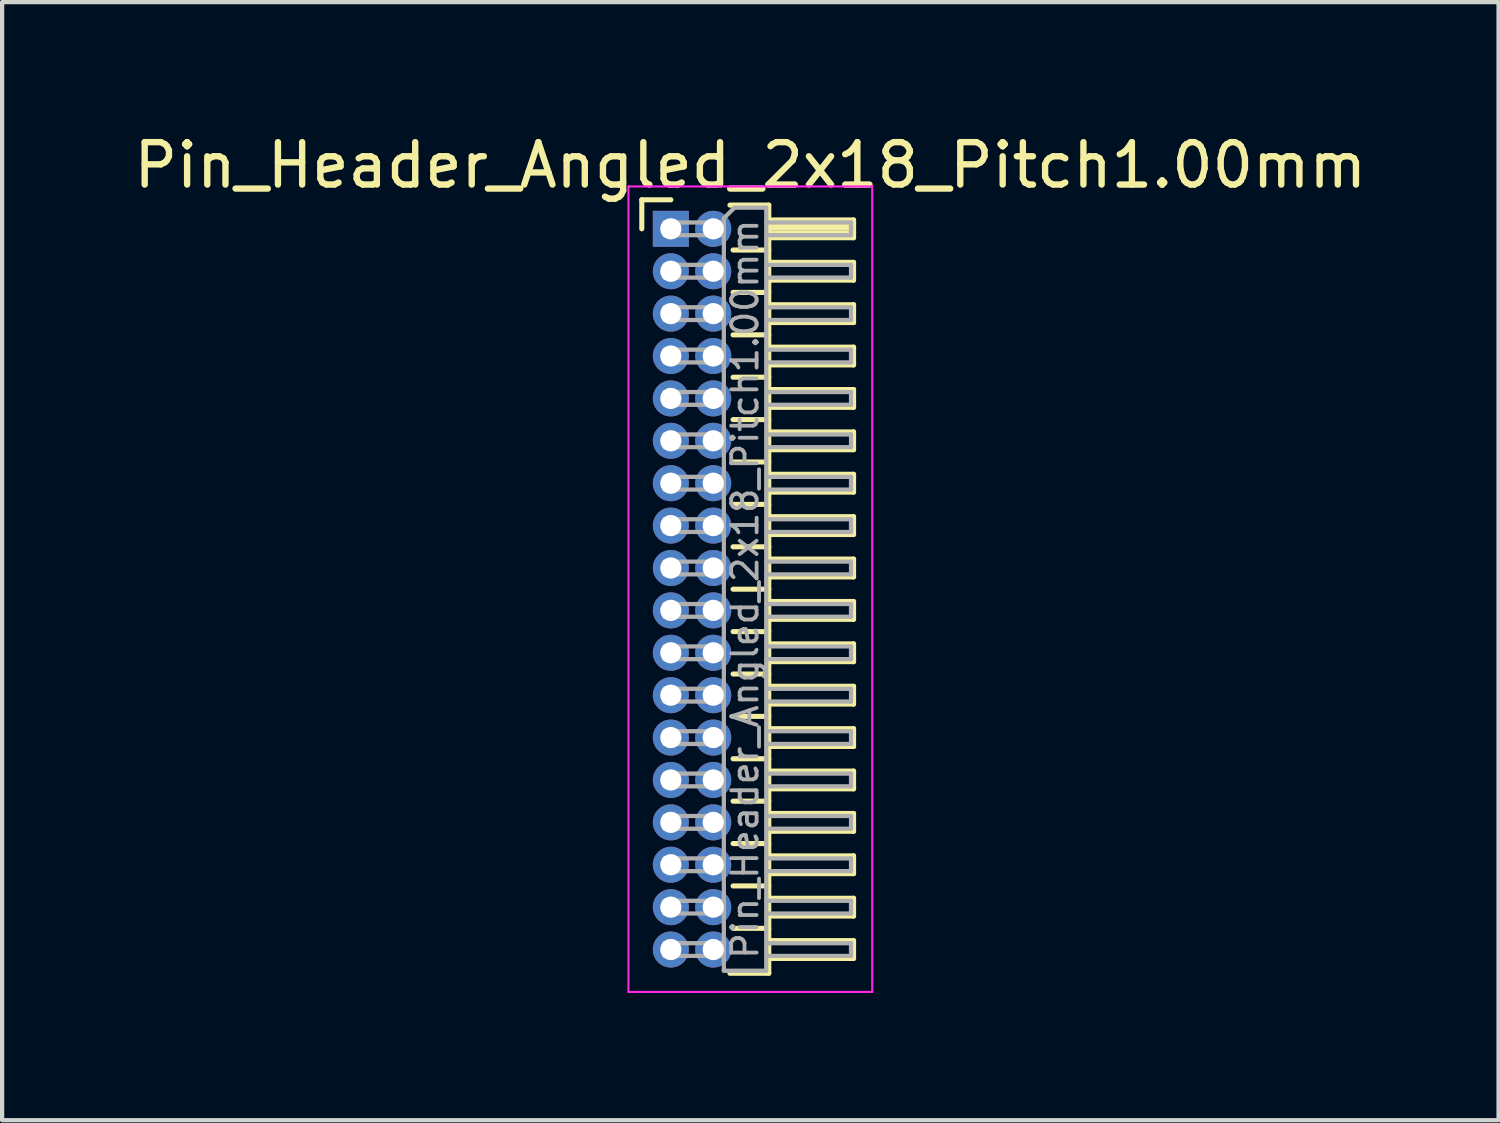
<source format=kicad_pcb>
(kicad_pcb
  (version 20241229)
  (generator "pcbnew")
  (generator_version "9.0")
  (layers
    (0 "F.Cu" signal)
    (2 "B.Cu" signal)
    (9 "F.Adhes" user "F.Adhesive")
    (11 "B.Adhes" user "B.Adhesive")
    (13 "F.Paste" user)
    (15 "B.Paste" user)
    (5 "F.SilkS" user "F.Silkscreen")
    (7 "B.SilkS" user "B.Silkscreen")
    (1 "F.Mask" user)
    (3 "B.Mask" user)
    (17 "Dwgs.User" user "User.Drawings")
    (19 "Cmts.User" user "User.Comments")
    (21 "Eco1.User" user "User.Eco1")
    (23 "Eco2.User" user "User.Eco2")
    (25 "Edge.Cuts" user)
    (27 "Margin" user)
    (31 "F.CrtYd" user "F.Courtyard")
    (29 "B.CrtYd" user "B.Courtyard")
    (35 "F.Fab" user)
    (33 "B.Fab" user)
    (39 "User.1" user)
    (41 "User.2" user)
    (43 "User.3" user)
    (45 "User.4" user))
  (footprint "Pin_Header_Angled_2x18_Pitch1.00mm"
    (layer "F.Cu")
    (at 12.774 2.348)
    (property "Reference" "Pin_Header_Angled_2x18_Pitch1.00mm" (at 1.875 -1.5 0) (layer "F.SilkS") (effects (font (size 1 1) (thickness 0.15))))
    (attr through_hole)
    (fp_line (start -0.685 -0.685) (end 0 -0.685) (stroke (width 0.12) (type solid)) (layer "F.SilkS"))
    (fp_line (start -0.685 0) (end -0.685 -0.685) (stroke (width 0.12) (type solid)) (layer "F.SilkS"))
    (fp_line (start 1.394 -0.56) (end 2.31 -0.56) (stroke (width 0.12) (type solid)) (layer "F.SilkS"))
    (fp_line (start 1.468 0.5) (end 2.31 0.5) (stroke (width 0.12) (type solid)) (layer "F.SilkS"))
    (fp_line (start 1.468 1.5) (end 2.31 1.5) (stroke (width 0.12) (type solid)) (layer "F.SilkS"))
    (fp_line (start 1.468 2.5) (end 2.31 2.5) (stroke (width 0.12) (type solid)) (layer "F.SilkS"))
    (fp_line (start 1.468 3.5) (end 2.31 3.5) (stroke (width 0.12) (type solid)) (layer "F.SilkS"))
    (fp_line (start 1.468 4.5) (end 2.31 4.5) (stroke (width 0.12) (type solid)) (layer "F.SilkS"))
    (fp_line (start 1.468 5.5) (end 2.31 5.5) (stroke (width 0.12) (type solid)) (layer "F.SilkS"))
    (fp_line (start 1.468 6.5) (end 2.31 6.5) (stroke (width 0.12) (type solid)) (layer "F.SilkS"))
    (fp_line (start 1.468 7.5) (end 2.31 7.5) (stroke (width 0.12) (type solid)) (layer "F.SilkS"))
    (fp_line (start 1.468 8.5) (end 2.31 8.5) (stroke (width 0.12) (type solid)) (layer "F.SilkS"))
    (fp_line (start 1.468 9.5) (end 2.31 9.5) (stroke (width 0.12) (type solid)) (layer "F.SilkS"))
    (fp_line (start 1.468 10.5) (end 2.31 10.5) (stroke (width 0.12) (type solid)) (layer "F.SilkS"))
    (fp_line (start 1.468 11.5) (end 2.31 11.5) (stroke (width 0.12) (type solid)) (layer "F.SilkS"))
    (fp_line (start 1.468 12.5) (end 2.31 12.5) (stroke (width 0.12) (type solid)) (layer "F.SilkS"))
    (fp_line (start 1.468 13.5) (end 2.31 13.5) (stroke (width 0.12) (type solid)) (layer "F.SilkS"))
    (fp_line (start 1.468 14.5) (end 2.31 14.5) (stroke (width 0.12) (type solid)) (layer "F.SilkS"))
    (fp_line (start 1.468 15.5) (end 2.31 15.5) (stroke (width 0.12) (type solid)) (layer "F.SilkS"))
    (fp_line (start 1.468 16.5) (end 2.31 16.5) (stroke (width 0.12) (type solid)) (layer "F.SilkS"))
    (fp_line (start 2.31 -0.56) (end 2.31 17.56) (stroke (width 0.12) (type solid)) (layer "F.SilkS"))
    (fp_line (start 2.31 -0.21) (end 4.31 -0.21) (stroke (width 0.12) (type solid)) (layer "F.SilkS"))
    (fp_line (start 2.31 -0.15) (end 4.31 -0.15) (stroke (width 0.12) (type solid)) (layer "F.SilkS"))
    (fp_line (start 2.31 -0.03) (end 4.31 -0.03) (stroke (width 0.12) (type solid)) (layer "F.SilkS"))
    (fp_line (start 2.31 0.09) (end 4.31 0.09) (stroke (width 0.12) (type solid)) (layer "F.SilkS"))
    (fp_line (start 2.31 0.79) (end 4.31 0.79) (stroke (width 0.12) (type solid)) (layer "F.SilkS"))
    (fp_line (start 2.31 1.79) (end 4.31 1.79) (stroke (width 0.12) (type solid)) (layer "F.SilkS"))
    (fp_line (start 2.31 2.79) (end 4.31 2.79) (stroke (width 0.12) (type solid)) (layer "F.SilkS"))
    (fp_line (start 2.31 3.79) (end 4.31 3.79) (stroke (width 0.12) (type solid)) (layer "F.SilkS"))
    (fp_line (start 2.31 4.79) (end 4.31 4.79) (stroke (width 0.12) (type solid)) (layer "F.SilkS"))
    (fp_line (start 2.31 5.79) (end 4.31 5.79) (stroke (width 0.12) (type solid)) (layer "F.SilkS"))
    (fp_line (start 2.31 6.79) (end 4.31 6.79) (stroke (width 0.12) (type solid)) (layer "F.SilkS"))
    (fp_line (start 2.31 7.79) (end 4.31 7.79) (stroke (width 0.12) (type solid)) (layer "F.SilkS"))
    (fp_line (start 2.31 8.79) (end 4.31 8.79) (stroke (width 0.12) (type solid)) (layer "F.SilkS"))
    (fp_line (start 2.31 9.79) (end 4.31 9.79) (stroke (width 0.12) (type solid)) (layer "F.SilkS"))
    (fp_line (start 2.31 10.79) (end 4.31 10.79) (stroke (width 0.12) (type solid)) (layer "F.SilkS"))
    (fp_line (start 2.31 11.79) (end 4.31 11.79) (stroke (width 0.12) (type solid)) (layer "F.SilkS"))
    (fp_line (start 2.31 12.79) (end 4.31 12.79) (stroke (width 0.12) (type solid)) (layer "F.SilkS"))
    (fp_line (start 2.31 13.79) (end 4.31 13.79) (stroke (width 0.12) (type solid)) (layer "F.SilkS"))
    (fp_line (start 2.31 14.79) (end 4.31 14.79) (stroke (width 0.12) (type solid)) (layer "F.SilkS"))
    (fp_line (start 2.31 15.79) (end 4.31 15.79) (stroke (width 0.12) (type solid)) (layer "F.SilkS"))
    (fp_line (start 2.31 16.79) (end 4.31 16.79) (stroke (width 0.12) (type solid)) (layer "F.SilkS"))
    (fp_line (start 2.31 17.56) (end 1.394 17.56) (stroke (width 0.12) (type solid)) (layer "F.SilkS"))
    (fp_line (start 4.31 -0.21) (end 4.31 0.21) (stroke (width 0.12) (type solid)) (layer "F.SilkS"))
    (fp_line (start 4.31 0.21) (end 2.31 0.21) (stroke (width 0.12) (type solid)) (layer "F.SilkS"))
    (fp_line (start 4.31 0.79) (end 4.31 1.21) (stroke (width 0.12) (type solid)) (layer "F.SilkS"))
    (fp_line (start 4.31 1.21) (end 2.31 1.21) (stroke (width 0.12) (type solid)) (layer "F.SilkS"))
    (fp_line (start 4.31 1.79) (end 4.31 2.21) (stroke (width 0.12) (type solid)) (layer "F.SilkS"))
    (fp_line (start 4.31 2.21) (end 2.31 2.21) (stroke (width 0.12) (type solid)) (layer "F.SilkS"))
    (fp_line (start 4.31 2.79) (end 4.31 3.21) (stroke (width 0.12) (type solid)) (layer "F.SilkS"))
    (fp_line (start 4.31 3.21) (end 2.31 3.21) (stroke (width 0.12) (type solid)) (layer "F.SilkS"))
    (fp_line (start 4.31 3.79) (end 4.31 4.21) (stroke (width 0.12) (type solid)) (layer "F.SilkS"))
    (fp_line (start 4.31 4.21) (end 2.31 4.21) (stroke (width 0.12) (type solid)) (layer "F.SilkS"))
    (fp_line (start 4.31 4.79) (end 4.31 5.21) (stroke (width 0.12) (type solid)) (layer "F.SilkS"))
    (fp_line (start 4.31 5.21) (end 2.31 5.21) (stroke (width 0.12) (type solid)) (layer "F.SilkS"))
    (fp_line (start 4.31 5.79) (end 4.31 6.21) (stroke (width 0.12) (type solid)) (layer "F.SilkS"))
    (fp_line (start 4.31 6.21) (end 2.31 6.21) (stroke (width 0.12) (type solid)) (layer "F.SilkS"))
    (fp_line (start 4.31 6.79) (end 4.31 7.21) (stroke (width 0.12) (type solid)) (layer "F.SilkS"))
    (fp_line (start 4.31 7.21) (end 2.31 7.21) (stroke (width 0.12) (type solid)) (layer "F.SilkS"))
    (fp_line (start 4.31 7.79) (end 4.31 8.21) (stroke (width 0.12) (type solid)) (layer "F.SilkS"))
    (fp_line (start 4.31 8.21) (end 2.31 8.21) (stroke (width 0.12) (type solid)) (layer "F.SilkS"))
    (fp_line (start 4.31 8.79) (end 4.31 9.21) (stroke (width 0.12) (type solid)) (layer "F.SilkS"))
    (fp_line (start 4.31 9.21) (end 2.31 9.21) (stroke (width 0.12) (type solid)) (layer "F.SilkS"))
    (fp_line (start 4.31 9.79) (end 4.31 10.21) (stroke (width 0.12) (type solid)) (layer "F.SilkS"))
    (fp_line (start 4.31 10.21) (end 2.31 10.21) (stroke (width 0.12) (type solid)) (layer "F.SilkS"))
    (fp_line (start 4.31 10.79) (end 4.31 11.21) (stroke (width 0.12) (type solid)) (layer "F.SilkS"))
    (fp_line (start 4.31 11.21) (end 2.31 11.21) (stroke (width 0.12) (type solid)) (layer "F.SilkS"))
    (fp_line (start 4.31 11.79) (end 4.31 12.21) (stroke (width 0.12) (type solid)) (layer "F.SilkS"))
    (fp_line (start 4.31 12.21) (end 2.31 12.21) (stroke (width 0.12) (type solid)) (layer "F.SilkS"))
    (fp_line (start 4.31 12.79) (end 4.31 13.21) (stroke (width 0.12) (type solid)) (layer "F.SilkS"))
    (fp_line (start 4.31 13.21) (end 2.31 13.21) (stroke (width 0.12) (type solid)) (layer "F.SilkS"))
    (fp_line (start 4.31 13.79) (end 4.31 14.21) (stroke (width 0.12) (type solid)) (layer "F.SilkS"))
    (fp_line (start 4.31 14.21) (end 2.31 14.21) (stroke (width 0.12) (type solid)) (layer "F.SilkS"))
    (fp_line (start 4.31 14.79) (end 4.31 15.21) (stroke (width 0.12) (type solid)) (layer "F.SilkS"))
    (fp_line (start 4.31 15.21) (end 2.31 15.21) (stroke (width 0.12) (type solid)) (layer "F.SilkS"))
    (fp_line (start 4.31 15.79) (end 4.31 16.21) (stroke (width 0.12) (type solid)) (layer "F.SilkS"))
    (fp_line (start 4.31 16.21) (end 2.31 16.21) (stroke (width 0.12) (type solid)) (layer "F.SilkS"))
    (fp_line (start 4.31 16.79) (end 4.31 17.21) (stroke (width 0.12) (type solid)) (layer "F.SilkS"))
    (fp_line (start 4.31 17.21) (end 2.31 17.21) (stroke (width 0.12) (type solid)) (layer "F.SilkS"))
    (fp_line (start -1 -1) (end -1 18) (stroke (width 0.05) (type solid)) (layer "F.CrtYd"))
    (fp_line (start -1 18) (end 4.75 18) (stroke (width 0.05) (type solid)) (layer "F.CrtYd"))
    (fp_line (start 4.75 -1) (end -1 -1) (stroke (width 0.05) (type solid)) (layer "F.CrtYd"))
    (fp_line (start 4.75 18) (end 4.75 -1) (stroke (width 0.05) (type solid)) (layer "F.CrtYd"))
    (fp_line (start -0.15 -0.15) (end -0.15 0.15) (stroke (width 0.1) (type solid)) (layer "F.Fab"))
    (fp_line (start -0.15 -0.15) (end 1.25 -0.15) (stroke (width 0.1) (type solid)) (layer "F.Fab"))
    (fp_line (start -0.15 0.15) (end 1.25 0.15) (stroke (width 0.1) (type solid)) (layer "F.Fab"))
    (fp_line (start -0.15 0.85) (end -0.15 1.15) (stroke (width 0.1) (type solid)) (layer "F.Fab"))
    (fp_line (start -0.15 0.85) (end 1.25 0.85) (stroke (width 0.1) (type solid)) (layer "F.Fab"))
    (fp_line (start -0.15 1.15) (end 1.25 1.15) (stroke (width 0.1) (type solid)) (layer "F.Fab"))
    (fp_line (start -0.15 1.85) (end -0.15 2.15) (stroke (width 0.1) (type solid)) (layer "F.Fab"))
    (fp_line (start -0.15 1.85) (end 1.25 1.85) (stroke (width 0.1) (type solid)) (layer "F.Fab"))
    (fp_line (start -0.15 2.15) (end 1.25 2.15) (stroke (width 0.1) (type solid)) (layer "F.Fab"))
    (fp_line (start -0.15 2.85) (end -0.15 3.15) (stroke (width 0.1) (type solid)) (layer "F.Fab"))
    (fp_line (start -0.15 2.85) (end 1.25 2.85) (stroke (width 0.1) (type solid)) (layer "F.Fab"))
    (fp_line (start -0.15 3.15) (end 1.25 3.15) (stroke (width 0.1) (type solid)) (layer "F.Fab"))
    (fp_line (start -0.15 3.85) (end -0.15 4.15) (stroke (width 0.1) (type solid)) (layer "F.Fab"))
    (fp_line (start -0.15 3.85) (end 1.25 3.85) (stroke (width 0.1) (type solid)) (layer "F.Fab"))
    (fp_line (start -0.15 4.15) (end 1.25 4.15) (stroke (width 0.1) (type solid)) (layer "F.Fab"))
    (fp_line (start -0.15 4.85) (end -0.15 5.15) (stroke (width 0.1) (type solid)) (layer "F.Fab"))
    (fp_line (start -0.15 4.85) (end 1.25 4.85) (stroke (width 0.1) (type solid)) (layer "F.Fab"))
    (fp_line (start -0.15 5.15) (end 1.25 5.15) (stroke (width 0.1) (type solid)) (layer "F.Fab"))
    (fp_line (start -0.15 5.85) (end -0.15 6.15) (stroke (width 0.1) (type solid)) (layer "F.Fab"))
    (fp_line (start -0.15 5.85) (end 1.25 5.85) (stroke (width 0.1) (type solid)) (layer "F.Fab"))
    (fp_line (start -0.15 6.15) (end 1.25 6.15) (stroke (width 0.1) (type solid)) (layer "F.Fab"))
    (fp_line (start -0.15 6.85) (end -0.15 7.15) (stroke (width 0.1) (type solid)) (layer "F.Fab"))
    (fp_line (start -0.15 6.85) (end 1.25 6.85) (stroke (width 0.1) (type solid)) (layer "F.Fab"))
    (fp_line (start -0.15 7.15) (end 1.25 7.15) (stroke (width 0.1) (type solid)) (layer "F.Fab"))
    (fp_line (start -0.15 7.85) (end -0.15 8.15) (stroke (width 0.1) (type solid)) (layer "F.Fab"))
    (fp_line (start -0.15 7.85) (end 1.25 7.85) (stroke (width 0.1) (type solid)) (layer "F.Fab"))
    (fp_line (start -0.15 8.15) (end 1.25 8.15) (stroke (width 0.1) (type solid)) (layer "F.Fab"))
    (fp_line (start -0.15 8.85) (end -0.15 9.15) (stroke (width 0.1) (type solid)) (layer "F.Fab"))
    (fp_line (start -0.15 8.85) (end 1.25 8.85) (stroke (width 0.1) (type solid)) (layer "F.Fab"))
    (fp_line (start -0.15 9.15) (end 1.25 9.15) (stroke (width 0.1) (type solid)) (layer "F.Fab"))
    (fp_line (start -0.15 9.85) (end -0.15 10.15) (stroke (width 0.1) (type solid)) (layer "F.Fab"))
    (fp_line (start -0.15 9.85) (end 1.25 9.85) (stroke (width 0.1) (type solid)) (layer "F.Fab"))
    (fp_line (start -0.15 10.15) (end 1.25 10.15) (stroke (width 0.1) (type solid)) (layer "F.Fab"))
    (fp_line (start -0.15 10.85) (end -0.15 11.15) (stroke (width 0.1) (type solid)) (layer "F.Fab"))
    (fp_line (start -0.15 10.85) (end 1.25 10.85) (stroke (width 0.1) (type solid)) (layer "F.Fab"))
    (fp_line (start -0.15 11.15) (end 1.25 11.15) (stroke (width 0.1) (type solid)) (layer "F.Fab"))
    (fp_line (start -0.15 11.85) (end -0.15 12.15) (stroke (width 0.1) (type solid)) (layer "F.Fab"))
    (fp_line (start -0.15 11.85) (end 1.25 11.85) (stroke (width 0.1) (type solid)) (layer "F.Fab"))
    (fp_line (start -0.15 12.15) (end 1.25 12.15) (stroke (width 0.1) (type solid)) (layer "F.Fab"))
    (fp_line (start -0.15 12.85) (end -0.15 13.15) (stroke (width 0.1) (type solid)) (layer "F.Fab"))
    (fp_line (start -0.15 12.85) (end 1.25 12.85) (stroke (width 0.1) (type solid)) (layer "F.Fab"))
    (fp_line (start -0.15 13.15) (end 1.25 13.15) (stroke (width 0.1) (type solid)) (layer "F.Fab"))
    (fp_line (start -0.15 13.85) (end -0.15 14.15) (stroke (width 0.1) (type solid)) (layer "F.Fab"))
    (fp_line (start -0.15 13.85) (end 1.25 13.85) (stroke (width 0.1) (type solid)) (layer "F.Fab"))
    (fp_line (start -0.15 14.15) (end 1.25 14.15) (stroke (width 0.1) (type solid)) (layer "F.Fab"))
    (fp_line (start -0.15 14.85) (end -0.15 15.15) (stroke (width 0.1) (type solid)) (layer "F.Fab"))
    (fp_line (start -0.15 14.85) (end 1.25 14.85) (stroke (width 0.1) (type solid)) (layer "F.Fab"))
    (fp_line (start -0.15 15.15) (end 1.25 15.15) (stroke (width 0.1) (type solid)) (layer "F.Fab"))
    (fp_line (start -0.15 15.85) (end -0.15 16.15) (stroke (width 0.1) (type solid)) (layer "F.Fab"))
    (fp_line (start -0.15 15.85) (end 1.25 15.85) (stroke (width 0.1) (type solid)) (layer "F.Fab"))
    (fp_line (start -0.15 16.15) (end 1.25 16.15) (stroke (width 0.1) (type solid)) (layer "F.Fab"))
    (fp_line (start -0.15 16.85) (end -0.15 17.15) (stroke (width 0.1) (type solid)) (layer "F.Fab"))
    (fp_line (start -0.15 16.85) (end 1.25 16.85) (stroke (width 0.1) (type solid)) (layer "F.Fab"))
    (fp_line (start -0.15 17.15) (end 1.25 17.15) (stroke (width 0.1) (type solid)) (layer "F.Fab"))
    (fp_line (start 1.25 -0.25) (end 1.5 -0.5) (stroke (width 0.1) (type solid)) (layer "F.Fab"))
    (fp_line (start 1.25 17.5) (end 1.25 -0.25) (stroke (width 0.1) (type solid)) (layer "F.Fab"))
    (fp_line (start 1.5 -0.5) (end 2.25 -0.5) (stroke (width 0.1) (type solid)) (layer "F.Fab"))
    (fp_line (start 2.25 -0.5) (end 2.25 17.5) (stroke (width 0.1) (type solid)) (layer "F.Fab"))
    (fp_line (start 2.25 -0.15) (end 4.25 -0.15) (stroke (width 0.1) (type solid)) (layer "F.Fab"))
    (fp_line (start 2.25 0.15) (end 4.25 0.15) (stroke (width 0.1) (type solid)) (layer "F.Fab"))
    (fp_line (start 2.25 0.85) (end 4.25 0.85) (stroke (width 0.1) (type solid)) (layer "F.Fab"))
    (fp_line (start 2.25 1.15) (end 4.25 1.15) (stroke (width 0.1) (type solid)) (layer "F.Fab"))
    (fp_line (start 2.25 1.85) (end 4.25 1.85) (stroke (width 0.1) (type solid)) (layer "F.Fab"))
    (fp_line (start 2.25 2.15) (end 4.25 2.15) (stroke (width 0.1) (type solid)) (layer "F.Fab"))
    (fp_line (start 2.25 2.85) (end 4.25 2.85) (stroke (width 0.1) (type solid)) (layer "F.Fab"))
    (fp_line (start 2.25 3.15) (end 4.25 3.15) (stroke (width 0.1) (type solid)) (layer "F.Fab"))
    (fp_line (start 2.25 3.85) (end 4.25 3.85) (stroke (width 0.1) (type solid)) (layer "F.Fab"))
    (fp_line (start 2.25 4.15) (end 4.25 4.15) (stroke (width 0.1) (type solid)) (layer "F.Fab"))
    (fp_line (start 2.25 4.85) (end 4.25 4.85) (stroke (width 0.1) (type solid)) (layer "F.Fab"))
    (fp_line (start 2.25 5.15) (end 4.25 5.15) (stroke (width 0.1) (type solid)) (layer "F.Fab"))
    (fp_line (start 2.25 5.85) (end 4.25 5.85) (stroke (width 0.1) (type solid)) (layer "F.Fab"))
    (fp_line (start 2.25 6.15) (end 4.25 6.15) (stroke (width 0.1) (type solid)) (layer "F.Fab"))
    (fp_line (start 2.25 6.85) (end 4.25 6.85) (stroke (width 0.1) (type solid)) (layer "F.Fab"))
    (fp_line (start 2.25 7.15) (end 4.25 7.15) (stroke (width 0.1) (type solid)) (layer "F.Fab"))
    (fp_line (start 2.25 7.85) (end 4.25 7.85) (stroke (width 0.1) (type solid)) (layer "F.Fab"))
    (fp_line (start 2.25 8.15) (end 4.25 8.15) (stroke (width 0.1) (type solid)) (layer "F.Fab"))
    (fp_line (start 2.25 8.85) (end 4.25 8.85) (stroke (width 0.1) (type solid)) (layer "F.Fab"))
    (fp_line (start 2.25 9.15) (end 4.25 9.15) (stroke (width 0.1) (type solid)) (layer "F.Fab"))
    (fp_line (start 2.25 9.85) (end 4.25 9.85) (stroke (width 0.1) (type solid)) (layer "F.Fab"))
    (fp_line (start 2.25 10.15) (end 4.25 10.15) (stroke (width 0.1) (type solid)) (layer "F.Fab"))
    (fp_line (start 2.25 10.85) (end 4.25 10.85) (stroke (width 0.1) (type solid)) (layer "F.Fab"))
    (fp_line (start 2.25 11.15) (end 4.25 11.15) (stroke (width 0.1) (type solid)) (layer "F.Fab"))
    (fp_line (start 2.25 11.85) (end 4.25 11.85) (stroke (width 0.1) (type solid)) (layer "F.Fab"))
    (fp_line (start 2.25 12.15) (end 4.25 12.15) (stroke (width 0.1) (type solid)) (layer "F.Fab"))
    (fp_line (start 2.25 12.85) (end 4.25 12.85) (stroke (width 0.1) (type solid)) (layer "F.Fab"))
    (fp_line (start 2.25 13.15) (end 4.25 13.15) (stroke (width 0.1) (type solid)) (layer "F.Fab"))
    (fp_line (start 2.25 13.85) (end 4.25 13.85) (stroke (width 0.1) (type solid)) (layer "F.Fab"))
    (fp_line (start 2.25 14.15) (end 4.25 14.15) (stroke (width 0.1) (type solid)) (layer "F.Fab"))
    (fp_line (start 2.25 14.85) (end 4.25 14.85) (stroke (width 0.1) (type solid)) (layer "F.Fab"))
    (fp_line (start 2.25 15.15) (end 4.25 15.15) (stroke (width 0.1) (type solid)) (layer "F.Fab"))
    (fp_line (start 2.25 15.85) (end 4.25 15.85) (stroke (width 0.1) (type solid)) (layer "F.Fab"))
    (fp_line (start 2.25 16.15) (end 4.25 16.15) (stroke (width 0.1) (type solid)) (layer "F.Fab"))
    (fp_line (start 2.25 16.85) (end 4.25 16.85) (stroke (width 0.1) (type solid)) (layer "F.Fab"))
    (fp_line (start 2.25 17.15) (end 4.25 17.15) (stroke (width 0.1) (type solid)) (layer "F.Fab"))
    (fp_line (start 2.25 17.5) (end 1.25 17.5) (stroke (width 0.1) (type solid)) (layer "F.Fab"))
    (fp_line (start 4.25 -0.15) (end 4.25 0.15) (stroke (width 0.1) (type solid)) (layer "F.Fab"))
    (fp_line (start 4.25 0.85) (end 4.25 1.15) (stroke (width 0.1) (type solid)) (layer "F.Fab"))
    (fp_line (start 4.25 1.85) (end 4.25 2.15) (stroke (width 0.1) (type solid)) (layer "F.Fab"))
    (fp_line (start 4.25 2.85) (end 4.25 3.15) (stroke (width 0.1) (type solid)) (layer "F.Fab"))
    (fp_line (start 4.25 3.85) (end 4.25 4.15) (stroke (width 0.1) (type solid)) (layer "F.Fab"))
    (fp_line (start 4.25 4.85) (end 4.25 5.15) (stroke (width 0.1) (type solid)) (layer "F.Fab"))
    (fp_line (start 4.25 5.85) (end 4.25 6.15) (stroke (width 0.1) (type solid)) (layer "F.Fab"))
    (fp_line (start 4.25 6.85) (end 4.25 7.15) (stroke (width 0.1) (type solid)) (layer "F.Fab"))
    (fp_line (start 4.25 7.85) (end 4.25 8.15) (stroke (width 0.1) (type solid)) (layer "F.Fab"))
    (fp_line (start 4.25 8.85) (end 4.25 9.15) (stroke (width 0.1) (type solid)) (layer "F.Fab"))
    (fp_line (start 4.25 9.85) (end 4.25 10.15) (stroke (width 0.1) (type solid)) (layer "F.Fab"))
    (fp_line (start 4.25 10.85) (end 4.25 11.15) (stroke (width 0.1) (type solid)) (layer "F.Fab"))
    (fp_line (start 4.25 11.85) (end 4.25 12.15) (stroke (width 0.1) (type solid)) (layer "F.Fab"))
    (fp_line (start 4.25 12.85) (end 4.25 13.15) (stroke (width 0.1) (type solid)) (layer "F.Fab"))
    (fp_line (start 4.25 13.85) (end 4.25 14.15) (stroke (width 0.1) (type solid)) (layer "F.Fab"))
    (fp_line (start 4.25 14.85) (end 4.25 15.15) (stroke (width 0.1) (type solid)) (layer "F.Fab"))
    (fp_line (start 4.25 15.85) (end 4.25 16.15) (stroke (width 0.1) (type solid)) (layer "F.Fab"))
    (fp_line (start 4.25 16.85) (end 4.25 17.15) (stroke (width 0.1) (type solid)) (layer "F.Fab"))
    (fp_text user "${REFERENCE}" (at 1.75 8.5 90) (layer "F.Fab") (effects (font (size 0.6 0.6) (thickness 0.09))))
    (pad "1" thru_hole rect (at 0 0) (size 0.85 0.85) (drill 0.5) (layers "*.Cu" "*.Mask"))
    (pad "2" thru_hole oval (at 1 0) (size 0.85 0.85) (drill 0.5) (layers "*.Cu" "*.Mask"))
    (pad "3" thru_hole oval (at 0 1) (size 0.85 0.85) (drill 0.5) (layers "*.Cu" "*.Mask"))
    (pad "4" thru_hole oval (at 1 1) (size 0.85 0.85) (drill 0.5) (layers "*.Cu" "*.Mask"))
    (pad "5" thru_hole oval (at 0 2) (size 0.85 0.85) (drill 0.5) (layers "*.Cu" "*.Mask"))
    (pad "6" thru_hole oval (at 1 2) (size 0.85 0.85) (drill 0.5) (layers "*.Cu" "*.Mask"))
    (pad "7" thru_hole oval (at 0 3) (size 0.85 0.85) (drill 0.5) (layers "*.Cu" "*.Mask"))
    (pad "8" thru_hole oval (at 1 3) (size 0.85 0.85) (drill 0.5) (layers "*.Cu" "*.Mask"))
    (pad "9" thru_hole oval (at 0 4) (size 0.85 0.85) (drill 0.5) (layers "*.Cu" "*.Mask"))
    (pad "10" thru_hole oval (at 1 4) (size 0.85 0.85) (drill 0.5) (layers "*.Cu" "*.Mask"))
    (pad "11" thru_hole oval (at 0 5) (size 0.85 0.85) (drill 0.5) (layers "*.Cu" "*.Mask"))
    (pad "12" thru_hole oval (at 1 5) (size 0.85 0.85) (drill 0.5) (layers "*.Cu" "*.Mask"))
    (pad "13" thru_hole oval (at 0 6) (size 0.85 0.85) (drill 0.5) (layers "*.Cu" "*.Mask"))
    (pad "14" thru_hole oval (at 1 6) (size 0.85 0.85) (drill 0.5) (layers "*.Cu" "*.Mask"))
    (pad "15" thru_hole oval (at 0 7) (size 0.85 0.85) (drill 0.5) (layers "*.Cu" "*.Mask"))
    (pad "16" thru_hole oval (at 1 7) (size 0.85 0.85) (drill 0.5) (layers "*.Cu" "*.Mask"))
    (pad "17" thru_hole oval (at 0 8) (size 0.85 0.85) (drill 0.5) (layers "*.Cu" "*.Mask"))
    (pad "18" thru_hole oval (at 1 8) (size 0.85 0.85) (drill 0.5) (layers "*.Cu" "*.Mask"))
    (pad "19" thru_hole oval (at 0 9) (size 0.85 0.85) (drill 0.5) (layers "*.Cu" "*.Mask"))
    (pad "20" thru_hole oval (at 1 9) (size 0.85 0.85) (drill 0.5) (layers "*.Cu" "*.Mask"))
    (pad "21" thru_hole oval (at 0 10) (size 0.85 0.85) (drill 0.5) (layers "*.Cu" "*.Mask"))
    (pad "22" thru_hole oval (at 1 10) (size 0.85 0.85) (drill 0.5) (layers "*.Cu" "*.Mask"))
    (pad "23" thru_hole oval (at 0 11) (size 0.85 0.85) (drill 0.5) (layers "*.Cu" "*.Mask"))
    (pad "24" thru_hole oval (at 1 11) (size 0.85 0.85) (drill 0.5) (layers "*.Cu" "*.Mask"))
    (pad "25" thru_hole oval (at 0 12) (size 0.85 0.85) (drill 0.5) (layers "*.Cu" "*.Mask"))
    (pad "26" thru_hole oval (at 1 12) (size 0.85 0.85) (drill 0.5) (layers "*.Cu" "*.Mask"))
    (pad "27" thru_hole oval (at 0 13) (size 0.85 0.85) (drill 0.5) (layers "*.Cu" "*.Mask"))
    (pad "28" thru_hole oval (at 1 13) (size 0.85 0.85) (drill 0.5) (layers "*.Cu" "*.Mask"))
    (pad "29" thru_hole oval (at 0 14) (size 0.85 0.85) (drill 0.5) (layers "*.Cu" "*.Mask"))
    (pad "30" thru_hole oval (at 1 14) (size 0.85 0.85) (drill 0.5) (layers "*.Cu" "*.Mask"))
    (pad "31" thru_hole oval (at 0 15) (size 0.85 0.85) (drill 0.5) (layers "*.Cu" "*.Mask"))
    (pad "32" thru_hole oval (at 1 15) (size 0.85 0.85) (drill 0.5) (layers "*.Cu" "*.Mask"))
    (pad "33" thru_hole oval (at 0 16) (size 0.85 0.85) (drill 0.5) (layers "*.Cu" "*.Mask"))
    (pad "34" thru_hole oval (at 1 16) (size 0.85 0.85) (drill 0.5) (layers "*.Cu" "*.Mask"))
    (pad "35" thru_hole oval (at 0 17) (size 0.85 0.85) (drill 0.5) (layers "*.Cu" "*.Mask"))
    (pad "36" thru_hole oval (at 1 17) (size 0.85 0.85) (drill 0.5) (layers "*.Cu" "*.Mask")))
  (gr_rect
    (start -3 -3)
    (end 32.298 23.373)
    (stroke (width 0.1) (type default))
    (fill no)
    (layer "Edge.Cuts")))
</source>
